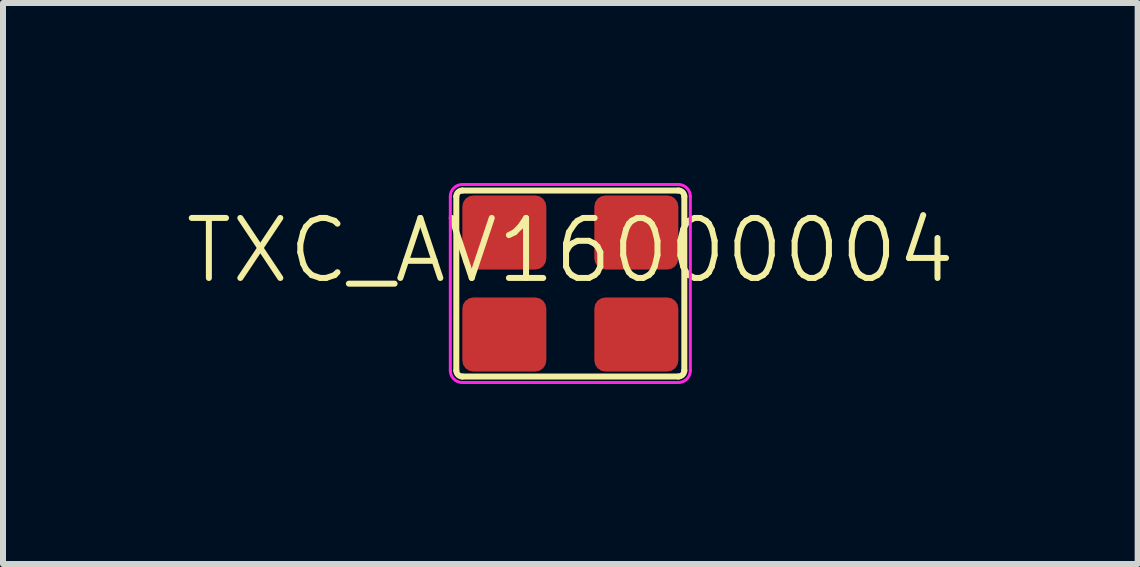
<source format=kicad_pcb>
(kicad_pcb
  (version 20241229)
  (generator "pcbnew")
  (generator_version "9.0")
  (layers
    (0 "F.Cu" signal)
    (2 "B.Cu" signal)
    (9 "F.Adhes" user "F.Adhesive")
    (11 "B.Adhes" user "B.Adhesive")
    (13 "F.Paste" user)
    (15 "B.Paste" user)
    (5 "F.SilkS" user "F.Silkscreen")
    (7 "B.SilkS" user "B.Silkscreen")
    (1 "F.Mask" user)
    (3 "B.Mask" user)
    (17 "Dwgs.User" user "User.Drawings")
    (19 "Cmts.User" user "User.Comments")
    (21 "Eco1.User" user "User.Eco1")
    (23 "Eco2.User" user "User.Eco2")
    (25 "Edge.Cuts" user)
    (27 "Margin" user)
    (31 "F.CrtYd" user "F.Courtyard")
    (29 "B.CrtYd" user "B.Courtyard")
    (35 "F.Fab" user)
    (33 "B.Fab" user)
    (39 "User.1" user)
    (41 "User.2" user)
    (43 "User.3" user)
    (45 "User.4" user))
  (footprint "TXC_AV16000004"
    (layer "F.Cu")
    (at 6.455 1.625)
    (property "Reference" "TXC_AV16000004" (at 0 -0.5 0) (unlocked yes) (layer "F.SilkS") (effects (font (size 1 1) (thickness 0.1))))
    (attr smd)
    (fp_line (start -1.9 1.5) (end -1.9 -1.4) (stroke (width 0.1) (type default)) (layer "F.SilkS"))
    (fp_line (start -1.8 -1.5) (end 1.8 -1.5) (stroke (width 0.1) (type default)) (layer "F.SilkS"))
    (fp_line (start 1.8 1.6) (end -1.8 1.6) (stroke (width 0.1) (type default)) (layer "F.SilkS"))
    (fp_line (start 1.9 -1.4) (end 1.9 1.5) (stroke (width 0.1) (type default)) (layer "F.SilkS"))
    (fp_arc (start -1.9 -1.4) (mid -1.870711 -1.470711) (end -1.8 -1.5) (stroke (width 0.1) (type default)) (layer "F.SilkS"))
    (fp_arc (start -1.8 1.6) (mid -1.870711 1.570711) (end -1.9 1.5) (stroke (width 0.1) (type default)) (layer "F.SilkS"))
    (fp_arc (start 1.8 -1.5) (mid 1.870711 -1.470711) (end 1.9 -1.4) (stroke (width 0.1) (type default)) (layer "F.SilkS"))
    (fp_arc (start 1.9 1.5) (mid 1.870711 1.570711) (end 1.8 1.6) (stroke (width 0.1) (type default)) (layer "F.SilkS"))
    (fp_line (start -2 1.5) (end -2 -1.4) (stroke (width 0.05) (type default)) (layer "F.CrtYd"))
    (fp_line (start -1.8 -1.6) (end 1.8 -1.6) (stroke (width 0.05) (type default)) (layer "F.CrtYd"))
    (fp_line (start 1.8 1.7) (end -1.8 1.7) (stroke (width 0.05) (type default)) (layer "F.CrtYd"))
    (fp_line (start 2 -1.4) (end 2 1.5) (stroke (width 0.05) (type default)) (layer "F.CrtYd"))
    (fp_arc (start -2 -1.4) (mid -1.941421 -1.541421) (end -1.8 -1.6) (stroke (width 0.05) (type default)) (layer "F.CrtYd"))
    (fp_arc (start -1.8 1.7) (mid -1.941421 1.641421) (end -2 1.5) (stroke (width 0.05) (type default)) (layer "F.CrtYd"))
    (fp_arc (start 1.8 -1.6) (mid 1.941421 -1.541421) (end 2 -1.4) (stroke (width 0.05) (type default)) (layer "F.CrtYd"))
    (fp_arc (start 2 1.5) (mid 1.941421 1.641421) (end 1.8 1.7) (stroke (width 0.05) (type default)) (layer "F.CrtYd"))
    (pad "1" smd roundrect (at -1.1 0.9) (size 1.4 1.235) (layers "F.Cu" "F.Mask" "F.Paste") (roundrect_rratio 0.15))
    (pad "2" smd roundrect (at 1.1 0.9) (size 1.4 1.235) (layers "F.Cu" "F.Mask" "F.Paste") (roundrect_rratio 0.15))
    (pad "3" smd roundrect (at 1.1 -0.8) (size 1.4 1.235) (layers "F.Cu" "F.Mask" "F.Paste") (roundrect_rratio 0.15))
    (pad "4" smd roundrect (at -1.1 -0.8) (size 1.4 1.235) (layers "F.Cu" "F.Mask" "F.Paste") (roundrect_rratio 0.15)))
  (gr_rect
    (start -3 -3)
    (end 15.91 6.35)
    (stroke (width 0.1) (type default))
    (fill no)
    (layer "Edge.Cuts")))
</source>
